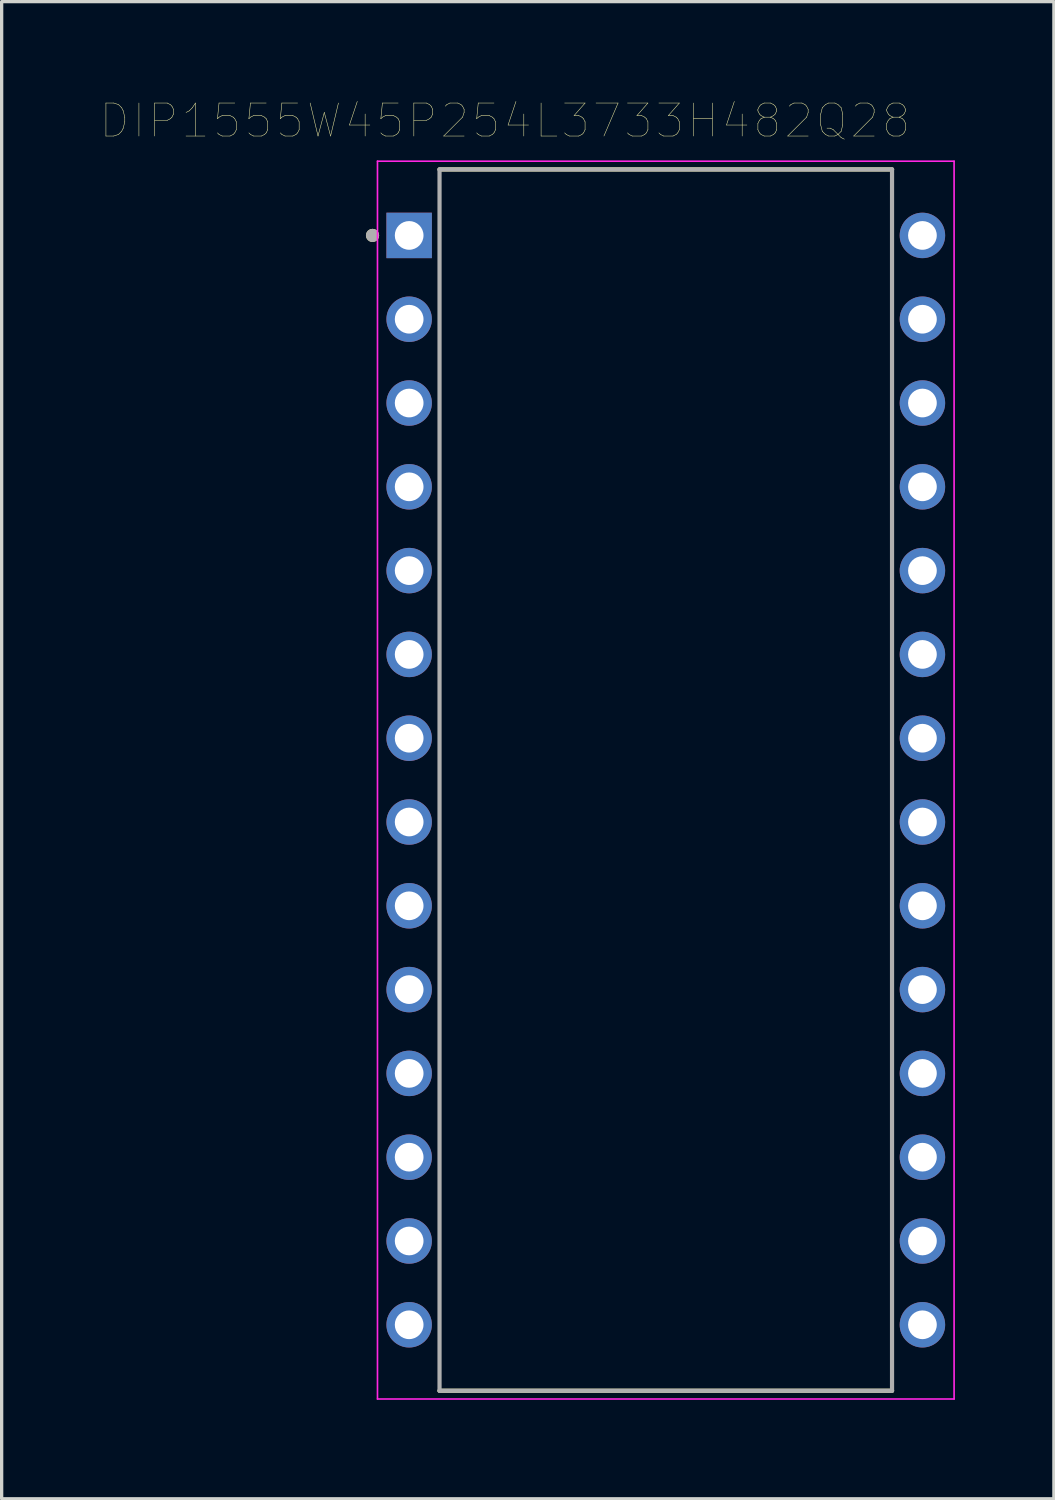
<source format=kicad_pcb>
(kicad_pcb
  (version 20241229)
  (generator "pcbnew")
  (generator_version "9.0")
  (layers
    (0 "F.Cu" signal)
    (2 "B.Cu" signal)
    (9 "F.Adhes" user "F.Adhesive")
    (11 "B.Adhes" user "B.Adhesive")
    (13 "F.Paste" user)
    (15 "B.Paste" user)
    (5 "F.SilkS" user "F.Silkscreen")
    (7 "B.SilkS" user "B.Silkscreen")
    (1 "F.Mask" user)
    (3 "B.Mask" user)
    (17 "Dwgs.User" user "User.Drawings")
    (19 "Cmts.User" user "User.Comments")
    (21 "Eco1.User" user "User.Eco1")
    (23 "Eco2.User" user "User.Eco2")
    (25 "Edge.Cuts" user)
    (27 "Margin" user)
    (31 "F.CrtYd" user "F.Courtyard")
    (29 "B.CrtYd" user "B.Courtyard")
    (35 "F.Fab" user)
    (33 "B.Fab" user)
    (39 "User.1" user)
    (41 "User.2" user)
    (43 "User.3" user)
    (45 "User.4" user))
  (footprint "DIP1555W45P254L3733H482Q28"
    (layer "F.Cu")
    (at 17.131 20.596)
    (property "Reference" "DIP1555W45P254L3733H482Q28" (at -4.875 -19.985 0) (layer "F.SilkS") (effects (font (size 1 1) (thickness 0.015))))
    (attr through_hole)
    (fp_line (start -6.858 -18.51) (end 6.858 -18.51) (stroke (width 0.127) (type solid)) (layer "F.SilkS"))
    (fp_line (start -6.858 18.51) (end 6.858 18.51) (stroke (width 0.127) (type solid)) (layer "F.SilkS"))
    (fp_circle (center -8.889 -16.51) (end -8.789 -16.51) (stroke (width 0.2) (type solid)) (fill no) (layer "F.SilkS"))
    (fp_line (start -8.739 -18.76) (end -8.739 18.76) (stroke (width 0.05) (type solid)) (layer "F.CrtYd"))
    (fp_line (start 8.739 -18.76) (end -8.739 -18.76) (stroke (width 0.05) (type solid)) (layer "F.CrtYd"))
    (fp_line (start 8.739 -18.76) (end 8.739 18.76) (stroke (width 0.05) (type solid)) (layer "F.CrtYd"))
    (fp_line (start 8.739 18.76) (end -8.739 18.76) (stroke (width 0.05) (type solid)) (layer "F.CrtYd"))
    (fp_line (start -6.858 -18.51) (end -6.858 18.51) (stroke (width 0.127) (type solid)) (layer "F.Fab"))
    (fp_line (start -6.858 -18.51) (end 6.858 -18.51) (stroke (width 0.127) (type solid)) (layer "F.Fab"))
    (fp_line (start -6.858 18.51) (end 6.858 18.51) (stroke (width 0.127) (type solid)) (layer "F.Fab"))
    (fp_line (start 6.858 -18.51) (end 6.858 18.51) (stroke (width 0.127) (type solid)) (layer "F.Fab"))
    (fp_circle (center -8.889 -16.51) (end -8.789 -16.51) (stroke (width 0.2) (type solid)) (fill no) (layer "F.Fab"))
    (pad "1" thru_hole rect (at -7.779 -16.51) (size 1.378 1.378) (drill 0.87) (layers "*.Cu" "*.Mask"))
    (pad "2" thru_hole circle (at -7.779 -13.97) (size 1.378 1.378) (drill 0.87) (layers "*.Cu" "*.Mask"))
    (pad "3" thru_hole circle (at -7.779 -11.43) (size 1.378 1.378) (drill 0.87) (layers "*.Cu" "*.Mask"))
    (pad "4" thru_hole circle (at -7.779 -8.89) (size 1.378 1.378) (drill 0.87) (layers "*.Cu" "*.Mask"))
    (pad "5" thru_hole circle (at -7.779 -6.35) (size 1.378 1.378) (drill 0.87) (layers "*.Cu" "*.Mask"))
    (pad "6" thru_hole circle (at -7.779 -3.81) (size 1.378 1.378) (drill 0.87) (layers "*.Cu" "*.Mask"))
    (pad "7" thru_hole circle (at -7.779 -1.27) (size 1.378 1.378) (drill 0.87) (layers "*.Cu" "*.Mask"))
    (pad "8" thru_hole circle (at -7.779 1.27) (size 1.378 1.378) (drill 0.87) (layers "*.Cu" "*.Mask"))
    (pad "9" thru_hole circle (at -7.779 3.81) (size 1.378 1.378) (drill 0.87) (layers "*.Cu" "*.Mask"))
    (pad "10" thru_hole circle (at -7.779 6.35) (size 1.378 1.378) (drill 0.87) (layers "*.Cu" "*.Mask"))
    (pad "11" thru_hole circle (at -7.779 8.89) (size 1.378 1.378) (drill 0.87) (layers "*.Cu" "*.Mask"))
    (pad "12" thru_hole circle (at -7.779 11.43) (size 1.378 1.378) (drill 0.87) (layers "*.Cu" "*.Mask"))
    (pad "13" thru_hole circle (at -7.779 13.97) (size 1.378 1.378) (drill 0.87) (layers "*.Cu" "*.Mask"))
    (pad "14" thru_hole circle (at -7.779 16.51) (size 1.378 1.378) (drill 0.87) (layers "*.Cu" "*.Mask"))
    (pad "15" thru_hole circle (at 7.779 16.51) (size 1.378 1.378) (drill 0.87) (layers "*.Cu" "*.Mask"))
    (pad "16" thru_hole circle (at 7.779 13.97) (size 1.378 1.378) (drill 0.87) (layers "*.Cu" "*.Mask"))
    (pad "17" thru_hole circle (at 7.779 11.43) (size 1.378 1.378) (drill 0.87) (layers "*.Cu" "*.Mask"))
    (pad "18" thru_hole circle (at 7.779 8.89) (size 1.378 1.378) (drill 0.87) (layers "*.Cu" "*.Mask"))
    (pad "19" thru_hole circle (at 7.779 6.35) (size 1.378 1.378) (drill 0.87) (layers "*.Cu" "*.Mask"))
    (pad "20" thru_hole circle (at 7.779 3.81) (size 1.378 1.378) (drill 0.87) (layers "*.Cu" "*.Mask"))
    (pad "21" thru_hole circle (at 7.779 1.27) (size 1.378 1.378) (drill 0.87) (layers "*.Cu" "*.Mask"))
    (pad "22" thru_hole circle (at 7.779 -1.27) (size 1.378 1.378) (drill 0.87) (layers "*.Cu" "*.Mask"))
    (pad "23" thru_hole circle (at 7.779 -3.81) (size 1.378 1.378) (drill 0.87) (layers "*.Cu" "*.Mask"))
    (pad "24" thru_hole circle (at 7.779 -6.35) (size 1.378 1.378) (drill 0.87) (layers "*.Cu" "*.Mask"))
    (pad "25" thru_hole circle (at 7.779 -8.89) (size 1.378 1.378) (drill 0.87) (layers "*.Cu" "*.Mask"))
    (pad "26" thru_hole circle (at 7.779 -11.43) (size 1.378 1.378) (drill 0.87) (layers "*.Cu" "*.Mask"))
    (pad "27" thru_hole circle (at 7.779 -13.97) (size 1.378 1.378) (drill 0.87) (layers "*.Cu" "*.Mask"))
    (pad "28" thru_hole circle (at 7.779 -16.51) (size 1.378 1.378) (drill 0.87) (layers "*.Cu" "*.Mask")))
  (gr_rect
    (start -3 -3)
    (end 28.895 42.381)
    (stroke (width 0.1) (type default))
    (fill no)
    (layer "Edge.Cuts")))
</source>
